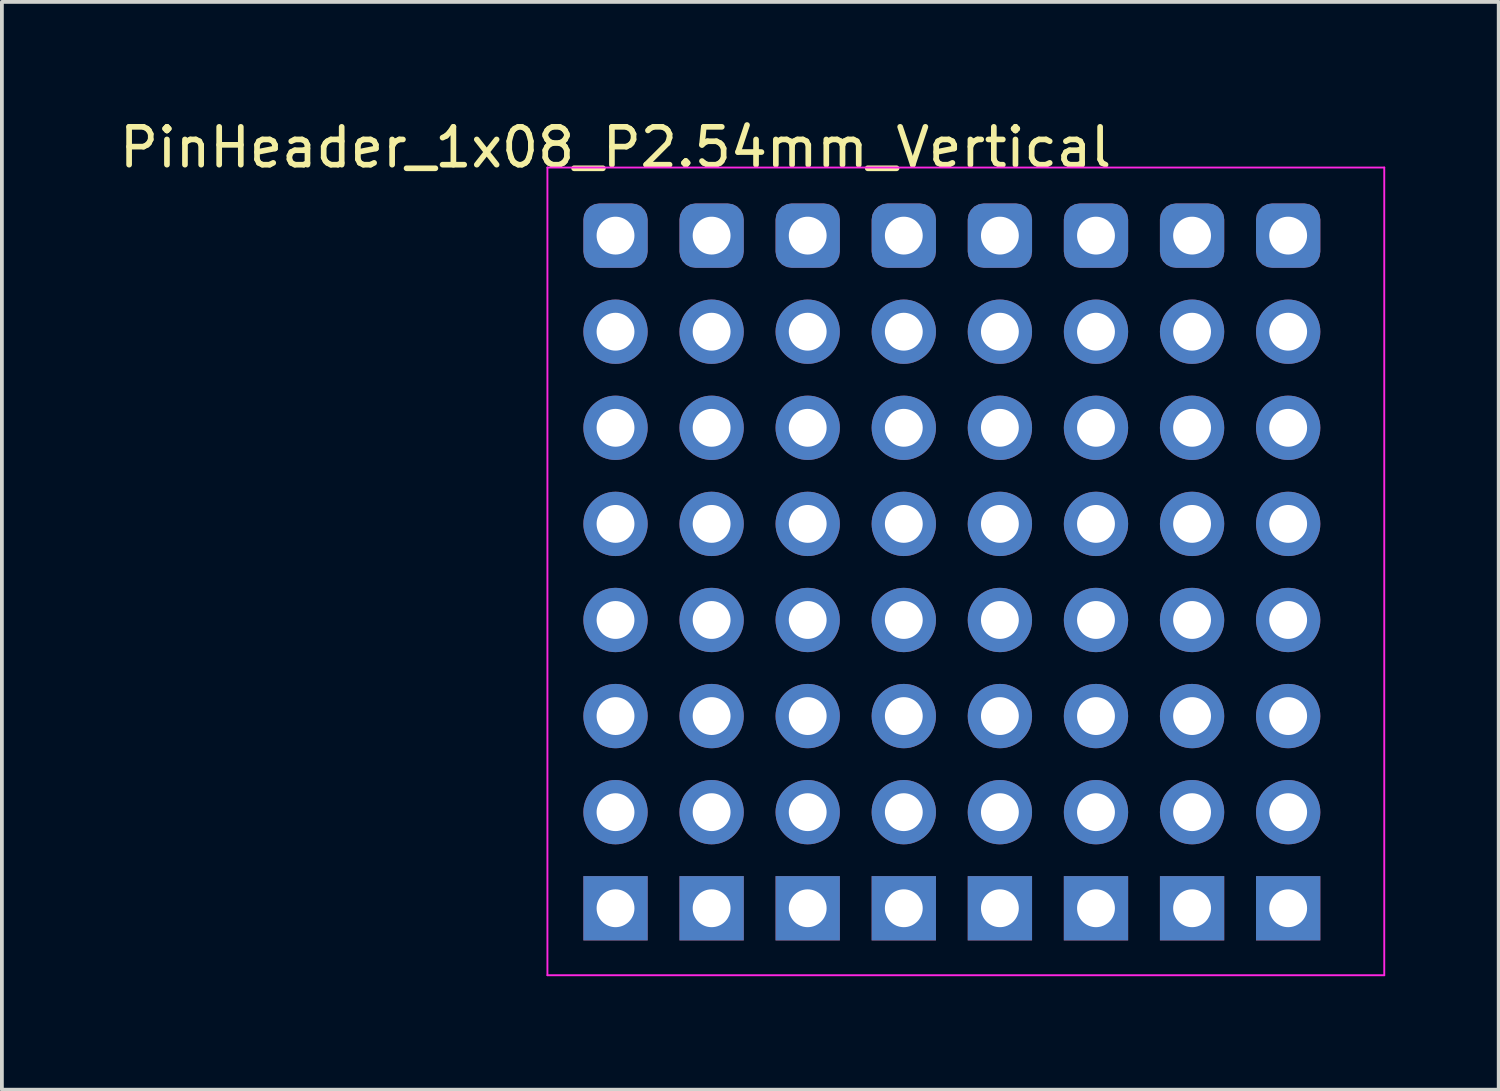
<source format=kicad_pcb>
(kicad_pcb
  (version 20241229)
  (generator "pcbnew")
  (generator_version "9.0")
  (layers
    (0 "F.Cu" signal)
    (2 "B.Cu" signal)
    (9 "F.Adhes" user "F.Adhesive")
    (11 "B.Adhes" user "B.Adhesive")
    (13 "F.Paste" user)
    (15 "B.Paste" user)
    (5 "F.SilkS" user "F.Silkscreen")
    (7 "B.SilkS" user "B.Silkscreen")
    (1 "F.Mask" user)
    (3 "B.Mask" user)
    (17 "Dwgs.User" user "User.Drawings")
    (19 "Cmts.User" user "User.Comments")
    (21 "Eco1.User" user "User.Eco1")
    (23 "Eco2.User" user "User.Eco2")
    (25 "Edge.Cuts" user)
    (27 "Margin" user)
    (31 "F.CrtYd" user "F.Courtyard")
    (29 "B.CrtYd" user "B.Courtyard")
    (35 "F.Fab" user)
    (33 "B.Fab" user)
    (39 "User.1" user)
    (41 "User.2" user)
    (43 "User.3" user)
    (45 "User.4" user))
  (footprint "PinHeader_1x08_P2.54mm_Vertical"
    (layer "F.Cu")
    (at 13.22 3.178)
    (property "Reference" "PinHeader_1x08_P2.54mm_Vertical" (at 0 -2.33 0) (layer "F.SilkS") (effects (font (size 1 1) (thickness 0.15))))
    (attr through_hole)
    (fp_line (start -1.8 -1.8) (end -1.8 19.55) (stroke (width 0.05) (type solid)) (layer "F.CrtYd"))
    (fp_line (start -1.8 19.55) (end 20.32 19.55) (stroke (width 0.05) (type solid)) (layer "F.CrtYd"))
    (fp_line (start 20.32 -1.8) (end -1.8 -1.8) (stroke (width 0.05) (type solid)) (layer "F.CrtYd"))
    (fp_line (start 20.32 19.55) (end 20.32 -1.8) (stroke (width 0.05) (type solid)) (layer "F.CrtYd"))
    (pad "" thru_hole oval (at 0 2.54) (size 1.7 1.7) (drill 1) (layers "*.Cu" "*.Mask"))
    (pad "" thru_hole oval (at 0 5.08) (size 1.7 1.7) (drill 1) (layers "*.Cu" "*.Mask"))
    (pad "" thru_hole oval (at 0 7.62) (size 1.7 1.7) (drill 1) (layers "*.Cu" "*.Mask"))
    (pad "" thru_hole oval (at 0 10.16) (size 1.7 1.7) (drill 1) (layers "*.Cu" "*.Mask"))
    (pad "" thru_hole oval (at 0 12.7) (size 1.7 1.7) (drill 1) (layers "*.Cu" "*.Mask"))
    (pad "" thru_hole oval (at 0 15.24) (size 1.7 1.7) (drill 1) (layers "*.Cu" "*.Mask"))
    (pad "" thru_hole oval (at 2.54 2.54) (size 1.7 1.7) (drill 1) (layers "*.Cu" "*.Mask"))
    (pad "" thru_hole oval (at 2.54 5.08) (size 1.7 1.7) (drill 1) (layers "*.Cu" "*.Mask"))
    (pad "" thru_hole oval (at 2.54 7.62) (size 1.7 1.7) (drill 1) (layers "*.Cu" "*.Mask"))
    (pad "" thru_hole oval (at 2.54 10.16) (size 1.7 1.7) (drill 1) (layers "*.Cu" "*.Mask"))
    (pad "" thru_hole oval (at 2.54 12.7) (size 1.7 1.7) (drill 1) (layers "*.Cu" "*.Mask"))
    (pad "" thru_hole oval (at 2.54 15.24) (size 1.7 1.7) (drill 1) (layers "*.Cu" "*.Mask"))
    (pad "" thru_hole oval (at 5.08 2.54) (size 1.7 1.7) (drill 1) (layers "*.Cu" "*.Mask"))
    (pad "" thru_hole oval (at 5.08 5.08) (size 1.7 1.7) (drill 1) (layers "*.Cu" "*.Mask"))
    (pad "" thru_hole oval (at 5.08 7.62) (size 1.7 1.7) (drill 1) (layers "*.Cu" "*.Mask"))
    (pad "" thru_hole oval (at 5.08 10.16) (size 1.7 1.7) (drill 1) (layers "*.Cu" "*.Mask"))
    (pad "" thru_hole oval (at 5.08 12.7) (size 1.7 1.7) (drill 1) (layers "*.Cu" "*.Mask"))
    (pad "" thru_hole oval (at 5.08 15.24) (size 1.7 1.7) (drill 1) (layers "*.Cu" "*.Mask"))
    (pad "" thru_hole oval (at 7.62 2.54) (size 1.7 1.7) (drill 1) (layers "*.Cu" "*.Mask"))
    (pad "" thru_hole oval (at 7.62 5.08) (size 1.7 1.7) (drill 1) (layers "*.Cu" "*.Mask"))
    (pad "" thru_hole oval (at 7.62 7.62) (size 1.7 1.7) (drill 1) (layers "*.Cu" "*.Mask"))
    (pad "" thru_hole oval (at 7.62 10.16) (size 1.7 1.7) (drill 1) (layers "*.Cu" "*.Mask"))
    (pad "" thru_hole oval (at 7.62 12.7) (size 1.7 1.7) (drill 1) (layers "*.Cu" "*.Mask"))
    (pad "" thru_hole oval (at 7.62 15.24) (size 1.7 1.7) (drill 1) (layers "*.Cu" "*.Mask"))
    (pad "" thru_hole oval (at 10.16 2.54) (size 1.7 1.7) (drill 1) (layers "*.Cu" "*.Mask"))
    (pad "" thru_hole oval (at 10.16 5.08) (size 1.7 1.7) (drill 1) (layers "*.Cu" "*.Mask"))
    (pad "" thru_hole oval (at 10.16 7.62) (size 1.7 1.7) (drill 1) (layers "*.Cu" "*.Mask"))
    (pad "" thru_hole oval (at 10.16 10.16) (size 1.7 1.7) (drill 1) (layers "*.Cu" "*.Mask"))
    (pad "" thru_hole oval (at 10.16 12.7) (size 1.7 1.7) (drill 1) (layers "*.Cu" "*.Mask"))
    (pad "" thru_hole oval (at 10.16 15.24) (size 1.7 1.7) (drill 1) (layers "*.Cu" "*.Mask"))
    (pad "" thru_hole oval (at 12.7 2.54) (size 1.7 1.7) (drill 1) (layers "*.Cu" "*.Mask"))
    (pad "" thru_hole oval (at 12.7 5.08) (size 1.7 1.7) (drill 1) (layers "*.Cu" "*.Mask"))
    (pad "" thru_hole oval (at 12.7 7.62) (size 1.7 1.7) (drill 1) (layers "*.Cu" "*.Mask"))
    (pad "" thru_hole oval (at 12.7 10.16) (size 1.7 1.7) (drill 1) (layers "*.Cu" "*.Mask"))
    (pad "" thru_hole oval (at 12.7 12.7) (size 1.7 1.7) (drill 1) (layers "*.Cu" "*.Mask"))
    (pad "" thru_hole oval (at 12.7 15.24) (size 1.7 1.7) (drill 1) (layers "*.Cu" "*.Mask"))
    (pad "" thru_hole oval (at 15.24 2.54) (size 1.7 1.7) (drill 1) (layers "*.Cu" "*.Mask"))
    (pad "" thru_hole oval (at 15.24 5.08) (size 1.7 1.7) (drill 1) (layers "*.Cu" "*.Mask"))
    (pad "" thru_hole oval (at 15.24 7.62) (size 1.7 1.7) (drill 1) (layers "*.Cu" "*.Mask"))
    (pad "" thru_hole oval (at 15.24 10.16) (size 1.7 1.7) (drill 1) (layers "*.Cu" "*.Mask"))
    (pad "" thru_hole oval (at 15.24 12.7) (size 1.7 1.7) (drill 1) (layers "*.Cu" "*.Mask"))
    (pad "" thru_hole oval (at 15.24 15.24) (size 1.7 1.7) (drill 1) (layers "*.Cu" "*.Mask"))
    (pad "" thru_hole oval (at 17.78 2.54) (size 1.7 1.7) (drill 1) (layers "*.Cu" "*.Mask"))
    (pad "" thru_hole oval (at 17.78 5.08) (size 1.7 1.7) (drill 1) (layers "*.Cu" "*.Mask"))
    (pad "" thru_hole oval (at 17.78 7.62) (size 1.7 1.7) (drill 1) (layers "*.Cu" "*.Mask"))
    (pad "" thru_hole oval (at 17.78 10.16) (size 1.7 1.7) (drill 1) (layers "*.Cu" "*.Mask"))
    (pad "" thru_hole oval (at 17.78 12.7) (size 1.7 1.7) (drill 1) (layers "*.Cu" "*.Mask"))
    (pad "" thru_hole oval (at 17.78 15.24) (size 1.7 1.7) (drill 1) (layers "*.Cu" "*.Mask"))
    (pad "1" thru_hole roundrect (at 0 0) (size 1.7 1.7) (drill 1) (layers "*.Cu" "*.Mask") (roundrect_rratio 0.25))
    (pad "1" thru_hole roundrect (at 2.54 0) (size 1.7 1.7) (drill 1) (layers "*.Cu" "*.Mask") (roundrect_rratio 0.25))
    (pad "1" thru_hole roundrect (at 5.08 0) (size 1.7 1.7) (drill 1) (layers "*.Cu" "*.Mask") (roundrect_rratio 0.25))
    (pad "1" thru_hole roundrect (at 7.62 0) (size 1.7 1.7) (drill 1) (layers "*.Cu" "*.Mask") (roundrect_rratio 0.25))
    (pad "1" thru_hole roundrect (at 10.16 0) (size 1.7 1.7) (drill 1) (layers "*.Cu" "*.Mask") (roundrect_rratio 0.25))
    (pad "1" thru_hole roundrect (at 12.7 0) (size 1.7 1.7) (drill 1) (layers "*.Cu" "*.Mask") (roundrect_rratio 0.25))
    (pad "1" thru_hole roundrect (at 15.24 0) (size 1.7 1.7) (drill 1) (layers "*.Cu" "*.Mask") (roundrect_rratio 0.25))
    (pad "1" thru_hole roundrect (at 17.78 0) (size 1.7 1.7) (drill 1) (layers "*.Cu" "*.Mask") (roundrect_rratio 0.25))
    (pad "2" thru_hole rect (at 0 17.78) (size 1.7 1.7) (drill 1) (layers "*.Cu" "*.Mask"))
    (pad "2" thru_hole rect (at 2.54 17.78) (size 1.7 1.7) (drill 1) (layers "*.Cu" "*.Mask"))
    (pad "2" thru_hole rect (at 5.08 17.78) (size 1.7 1.7) (drill 1) (layers "*.Cu" "*.Mask"))
    (pad "2" thru_hole rect (at 7.62 17.78) (size 1.7 1.7) (drill 1) (layers "*.Cu" "*.Mask"))
    (pad "2" thru_hole rect (at 10.16 17.78) (size 1.7 1.7) (drill 1) (layers "*.Cu" "*.Mask"))
    (pad "2" thru_hole rect (at 12.7 17.78) (size 1.7 1.7) (drill 1) (layers "*.Cu" "*.Mask"))
    (pad "2" thru_hole rect (at 15.24 17.78) (size 1.7 1.7) (drill 1) (layers "*.Cu" "*.Mask"))
    (pad "2" thru_hole rect (at 17.78 17.78) (size 1.7 1.7) (drill 1) (layers "*.Cu" "*.Mask")))
  (gr_rect
    (start -3 -3)
    (end 36.565 25.753)
    (stroke (width 0.1) (type default))
    (fill no)
    (layer "Edge.Cuts")))
</source>
